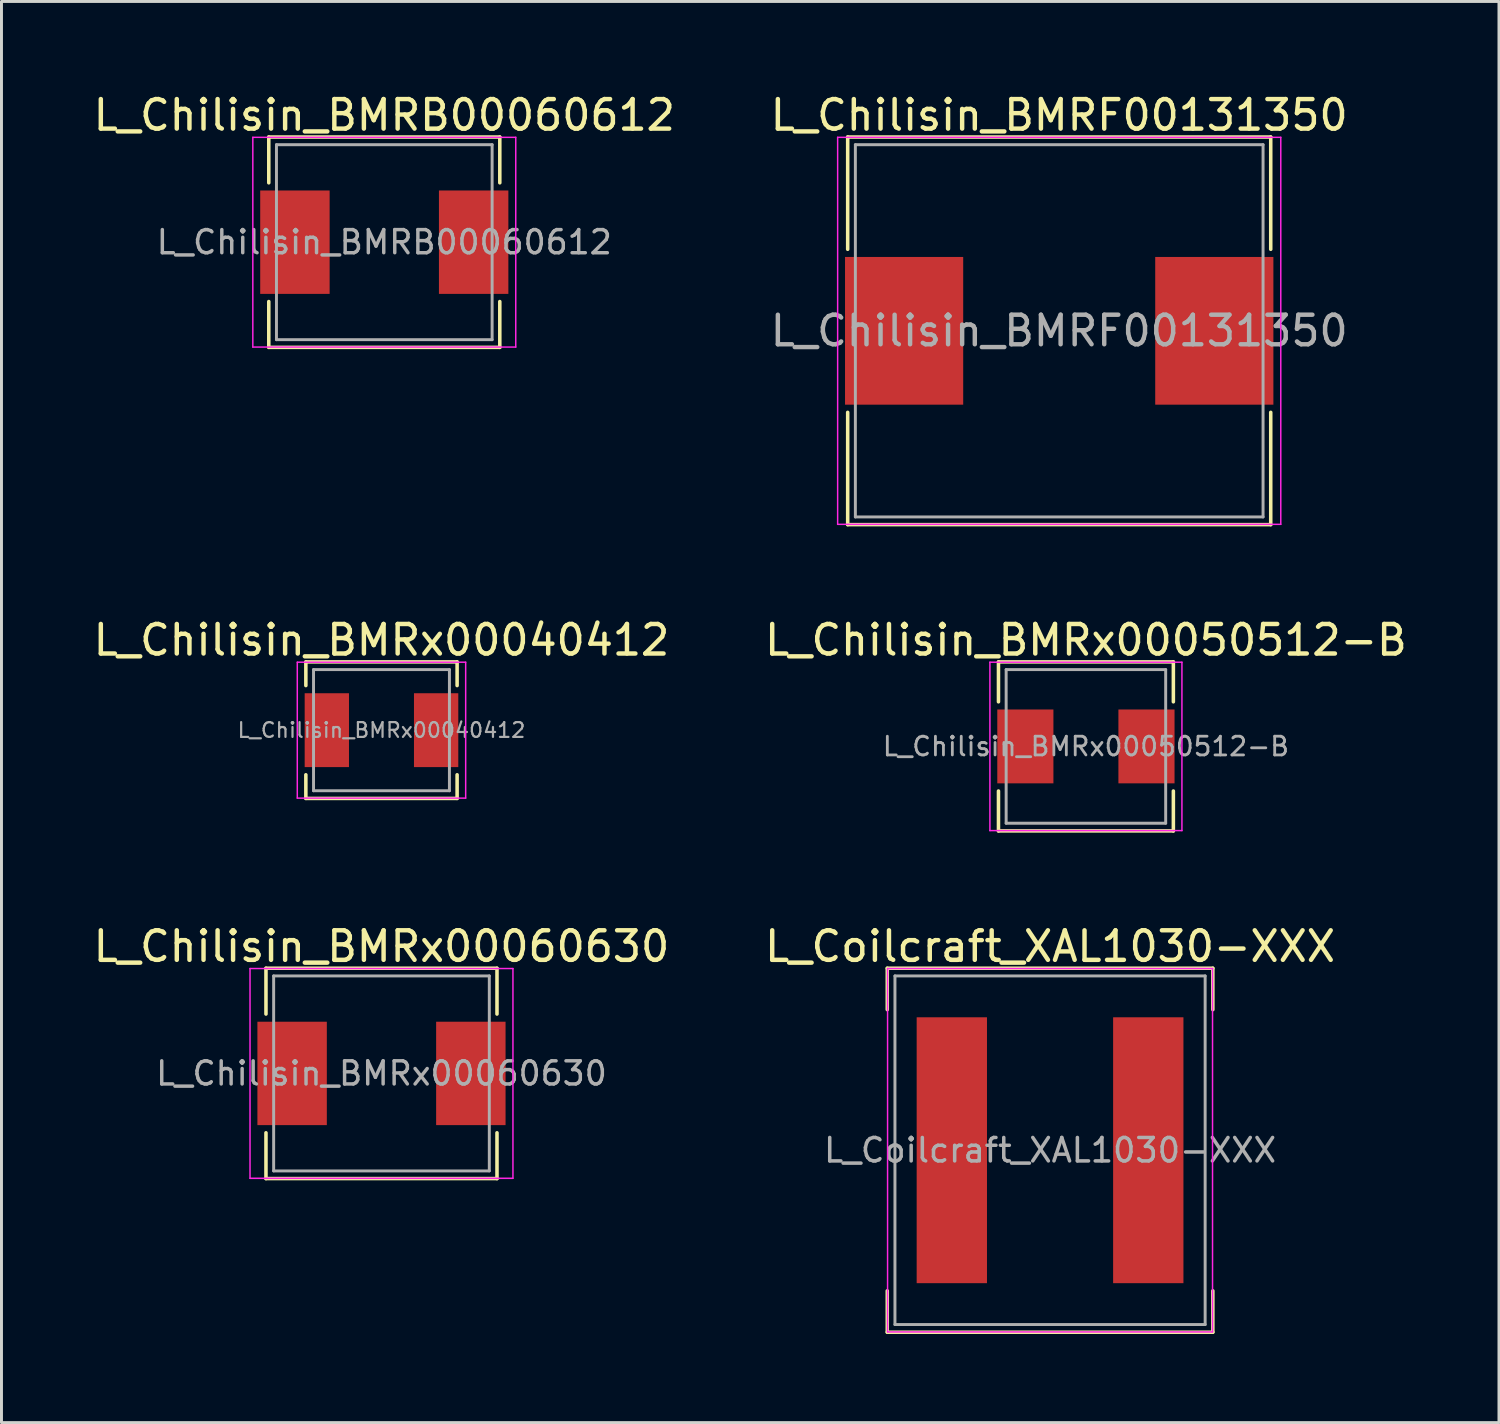
<source format=kicad_pcb>
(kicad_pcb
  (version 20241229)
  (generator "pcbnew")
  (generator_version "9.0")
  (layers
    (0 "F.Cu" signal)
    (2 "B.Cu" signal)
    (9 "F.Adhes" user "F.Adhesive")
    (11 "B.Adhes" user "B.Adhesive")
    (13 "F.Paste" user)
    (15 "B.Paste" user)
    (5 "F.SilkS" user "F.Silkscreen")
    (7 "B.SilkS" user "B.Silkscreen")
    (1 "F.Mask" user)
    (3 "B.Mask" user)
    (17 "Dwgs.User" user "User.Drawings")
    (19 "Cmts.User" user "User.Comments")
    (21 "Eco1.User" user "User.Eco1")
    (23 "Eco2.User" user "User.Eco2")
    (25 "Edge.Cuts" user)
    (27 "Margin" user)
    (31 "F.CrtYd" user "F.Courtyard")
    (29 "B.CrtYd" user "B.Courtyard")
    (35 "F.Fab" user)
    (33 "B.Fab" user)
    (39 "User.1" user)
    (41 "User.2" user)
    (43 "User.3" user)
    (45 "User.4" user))
  (footprint "L_Coilcraft_XAL1030-XXX"
    (layer "F.Cu")
    (at 32.494 35.885)
    (property "Reference" "L_Coilcraft_XAL1030-XXX" (at 0 -6.9 0) (layer "F.SilkS") (effects (font (size 1 1) (thickness 0.15))))
    (attr smd)
    (fp_line (start -5.51 -6.16) (end -5.51 -4.76) (stroke (width 0.12) (type solid)) (layer "F.SilkS"))
    (fp_line (start -5.51 -6.16) (end 5.51 -6.16) (stroke (width 0.12) (type solid)) (layer "F.SilkS"))
    (fp_line (start -5.51 6.16) (end -5.51 4.76) (stroke (width 0.12) (type solid)) (layer "F.SilkS"))
    (fp_line (start -5.51 6.16) (end 5.51 6.16) (stroke (width 0.12) (type solid)) (layer "F.SilkS"))
    (fp_line (start 5.51 -6.16) (end 5.51 -4.76) (stroke (width 0.12) (type solid)) (layer "F.SilkS"))
    (fp_line (start 5.51 6.16) (end 5.51 4.76) (stroke (width 0.12) (type solid)) (layer "F.SilkS"))
    (fp_line (start -5.5 -6.15) (end -5.5 6.15) (stroke (width 0.05) (type solid)) (layer "F.CrtYd"))
    (fp_line (start -5.5 6.15) (end 5.5 6.15) (stroke (width 0.05) (type solid)) (layer "F.CrtYd"))
    (fp_line (start 5.5 -6.15) (end -5.5 -6.15) (stroke (width 0.05) (type solid)) (layer "F.CrtYd"))
    (fp_line (start 5.5 6.15) (end 5.5 -6.15) (stroke (width 0.05) (type solid)) (layer "F.CrtYd"))
    (fp_line (start -5.25 -5.9) (end -5.25 5.9) (stroke (width 0.1) (type solid)) (layer "F.Fab"))
    (fp_line (start -5.25 5.9) (end 5.25 5.9) (stroke (width 0.1) (type solid)) (layer "F.Fab"))
    (fp_line (start 5.25 -5.9) (end -5.25 -5.9) (stroke (width 0.1) (type solid)) (layer "F.Fab"))
    (fp_line (start 5.25 5.9) (end 5.25 -5.9) (stroke (width 0.1) (type solid)) (layer "F.Fab"))
    (fp_text user "${REFERENCE}" (at 0 0 0) (layer "F.Fab") (effects (font (size 0.793 0.793) (thickness 0.119))))
    (pad "1" smd rect (at -3.325 0) (size 2.38 9) (layers "F.Cu" "F.Mask" "F.Paste"))
    (pad "2" smd rect (at 3.325 0) (size 2.38 9) (layers "F.Cu" "F.Mask" "F.Paste")))
  (footprint "L_Chilisin_BMRF00131350"
    (layer "F.Cu")
    (at 32.804 8.148)
    (property "Reference" "L_Chilisin_BMRF00131350" (at 0 -7.3 0) (layer "F.SilkS") (effects (font (size 1 1) (thickness 0.15))))
    (attr smd)
    (fp_line (start -7.16 -6.56) (end -7.16 -2.76) (stroke (width 0.12) (type solid)) (layer "F.SilkS"))
    (fp_line (start -7.16 -6.56) (end 7.16 -6.56) (stroke (width 0.12) (type solid)) (layer "F.SilkS"))
    (fp_line (start -7.16 6.56) (end -7.16 2.76) (stroke (width 0.12) (type solid)) (layer "F.SilkS"))
    (fp_line (start -7.16 6.56) (end 7.16 6.56) (stroke (width 0.12) (type solid)) (layer "F.SilkS"))
    (fp_line (start 7.16 -6.56) (end 7.16 -2.76) (stroke (width 0.12) (type solid)) (layer "F.SilkS"))
    (fp_line (start 7.16 6.56) (end 7.16 2.76) (stroke (width 0.12) (type solid)) (layer "F.SilkS"))
    (fp_line (start -7.5 -6.55) (end -7.5 6.55) (stroke (width 0.05) (type solid)) (layer "F.CrtYd"))
    (fp_line (start -7.5 6.55) (end 7.5 6.55) (stroke (width 0.05) (type solid)) (layer "F.CrtYd"))
    (fp_line (start 7.5 -6.55) (end -7.5 -6.55) (stroke (width 0.05) (type solid)) (layer "F.CrtYd"))
    (fp_line (start 7.5 6.55) (end 7.5 -6.55) (stroke (width 0.05) (type solid)) (layer "F.CrtYd"))
    (fp_line (start -6.9 -6.3) (end -6.9 6.3) (stroke (width 0.1) (type solid)) (layer "F.Fab"))
    (fp_line (start -6.9 6.3) (end 6.9 6.3) (stroke (width 0.1) (type solid)) (layer "F.Fab"))
    (fp_line (start 6.9 -6.3) (end -6.9 -6.3) (stroke (width 0.1) (type solid)) (layer "F.Fab"))
    (fp_line (start 6.9 6.3) (end 6.9 -6.3) (stroke (width 0.1) (type solid)) (layer "F.Fab"))
    (fp_text user "${REFERENCE}" (at 0 0 0) (layer "F.Fab") (effects (font (size 1 1) (thickness 0.15))))
    (pad "1" smd rect (at -5.25 0) (size 4 5) (layers "F.Cu" "F.Mask" "F.Paste"))
    (pad "2" smd rect (at 5.25 0) (size 4 5) (layers "F.Cu" "F.Mask" "F.Paste")))
  (footprint "L_Chilisin_BMRx00050512-B"
    (layer "F.Cu")
    (at 33.708 22.216)
    (property "Reference" "L_Chilisin_BMRx00050512-B" (at 0 -3.6 0) (layer "F.SilkS") (effects (font (size 1 1) (thickness 0.15))))
    (attr smd)
    (fp_line (start -2.96 -2.86) (end -2.96 -1.51) (stroke (width 0.12) (type solid)) (layer "F.SilkS"))
    (fp_line (start -2.96 -2.86) (end 2.96 -2.86) (stroke (width 0.12) (type solid)) (layer "F.SilkS"))
    (fp_line (start -2.96 2.86) (end -2.96 1.51) (stroke (width 0.12) (type solid)) (layer "F.SilkS"))
    (fp_line (start -2.96 2.86) (end 2.96 2.86) (stroke (width 0.12) (type solid)) (layer "F.SilkS"))
    (fp_line (start 2.96 -2.86) (end 2.96 -1.51) (stroke (width 0.12) (type solid)) (layer "F.SilkS"))
    (fp_line (start 2.96 2.86) (end 2.96 1.51) (stroke (width 0.12) (type solid)) (layer "F.SilkS"))
    (fp_line (start -3.25 -2.85) (end -3.25 2.85) (stroke (width 0.05) (type solid)) (layer "F.CrtYd"))
    (fp_line (start -3.25 2.85) (end 3.25 2.85) (stroke (width 0.05) (type solid)) (layer "F.CrtYd"))
    (fp_line (start 3.25 -2.85) (end -3.25 -2.85) (stroke (width 0.05) (type solid)) (layer "F.CrtYd"))
    (fp_line (start 3.25 2.85) (end 3.25 -2.85) (stroke (width 0.05) (type solid)) (layer "F.CrtYd"))
    (fp_line (start -2.7 -2.6) (end -2.7 2.6) (stroke (width 0.1) (type solid)) (layer "F.Fab"))
    (fp_line (start -2.7 2.6) (end 2.7 2.6) (stroke (width 0.1) (type solid)) (layer "F.Fab"))
    (fp_line (start 2.7 -2.6) (end -2.7 -2.6) (stroke (width 0.1) (type solid)) (layer "F.Fab"))
    (fp_line (start 2.7 2.6) (end 2.7 -2.6) (stroke (width 0.1) (type solid)) (layer "F.Fab"))
    (fp_text user "${REFERENCE}" (at 0 0 0) (layer "F.Fab") (effects (font (size 0.633 0.633) (thickness 0.095))))
    (pad "1" smd rect (at -2.05 0) (size 1.9 2.5) (layers "F.Cu" "F.Mask" "F.Paste"))
    (pad "2" smd rect (at 2.05 0) (size 1.9 2.5) (layers "F.Cu" "F.Mask" "F.Paste")))
  (footprint "L_Chilisin_BMRx00060630"
    (layer "F.Cu")
    (at 9.863 33.285)
    (property "Reference" "L_Chilisin_BMRx00060630" (at 0 -4.3 0) (layer "F.SilkS") (effects (font (size 1 1) (thickness 0.15))))
    (attr smd)
    (fp_line (start -3.91 -3.56) (end -3.91 -2.01) (stroke (width 0.12) (type solid)) (layer "F.SilkS"))
    (fp_line (start -3.91 -3.56) (end 3.91 -3.56) (stroke (width 0.12) (type solid)) (layer "F.SilkS"))
    (fp_line (start -3.91 3.56) (end -3.91 2.01) (stroke (width 0.12) (type solid)) (layer "F.SilkS"))
    (fp_line (start -3.91 3.56) (end 3.91 3.56) (stroke (width 0.12) (type solid)) (layer "F.SilkS"))
    (fp_line (start 3.91 -3.56) (end 3.91 -2.01) (stroke (width 0.12) (type solid)) (layer "F.SilkS"))
    (fp_line (start 3.91 3.56) (end 3.91 2.01) (stroke (width 0.12) (type solid)) (layer "F.SilkS"))
    (fp_line (start -4.45 -3.55) (end -4.45 3.55) (stroke (width 0.05) (type solid)) (layer "F.CrtYd"))
    (fp_line (start -4.45 3.55) (end 4.45 3.55) (stroke (width 0.05) (type solid)) (layer "F.CrtYd"))
    (fp_line (start 4.45 -3.55) (end -4.45 -3.55) (stroke (width 0.05) (type solid)) (layer "F.CrtYd"))
    (fp_line (start 4.45 3.55) (end 4.45 -3.55) (stroke (width 0.05) (type solid)) (layer "F.CrtYd"))
    (fp_line (start -3.65 -3.3) (end -3.65 3.3) (stroke (width 0.1) (type solid)) (layer "F.Fab"))
    (fp_line (start -3.65 3.3) (end 3.65 3.3) (stroke (width 0.1) (type solid)) (layer "F.Fab"))
    (fp_line (start 3.65 -3.3) (end -3.65 -3.3) (stroke (width 0.1) (type solid)) (layer "F.Fab"))
    (fp_line (start 3.65 3.3) (end 3.65 -3.3) (stroke (width 0.1) (type solid)) (layer "F.Fab"))
    (fp_text user "${REFERENCE}" (at 0 0 0) (layer "F.Fab") (effects (font (size 0.783 0.783) (thickness 0.117))))
    (pad "1" smd rect (at -3.025 0) (size 2.35 3.5) (layers "F.Cu" "F.Mask" "F.Paste"))
    (pad "2" smd rect (at 3.025 0) (size 2.35 3.5) (layers "F.Cu" "F.Mask" "F.Paste")))
  (footprint "L_Chilisin_BMRx00040412"
    (layer "F.Cu")
    (at 9.863 21.666)
    (property "Reference" "L_Chilisin_BMRx00040412" (at 0 -3.05 0) (layer "F.SilkS") (effects (font (size 1 1) (thickness 0.15))))
    (attr smd)
    (fp_line (start -2.56 -2.31) (end -2.56 -1.51) (stroke (width 0.12) (type solid)) (layer "F.SilkS"))
    (fp_line (start -2.56 -2.31) (end 2.56 -2.31) (stroke (width 0.12) (type solid)) (layer "F.SilkS"))
    (fp_line (start -2.56 2.31) (end -2.56 1.51) (stroke (width 0.12) (type solid)) (layer "F.SilkS"))
    (fp_line (start -2.56 2.31) (end 2.56 2.31) (stroke (width 0.12) (type solid)) (layer "F.SilkS"))
    (fp_line (start 2.56 -2.31) (end 2.56 -1.51) (stroke (width 0.12) (type solid)) (layer "F.SilkS"))
    (fp_line (start 2.56 2.31) (end 2.56 1.51) (stroke (width 0.12) (type solid)) (layer "F.SilkS"))
    (fp_line (start -2.85 -2.3) (end -2.85 2.3) (stroke (width 0.05) (type solid)) (layer "F.CrtYd"))
    (fp_line (start -2.85 2.3) (end 2.85 2.3) (stroke (width 0.05) (type solid)) (layer "F.CrtYd"))
    (fp_line (start 2.85 -2.3) (end -2.85 -2.3) (stroke (width 0.05) (type solid)) (layer "F.CrtYd"))
    (fp_line (start 2.85 2.3) (end 2.85 -2.3) (stroke (width 0.05) (type solid)) (layer "F.CrtYd"))
    (fp_line (start -2.3 -2.05) (end -2.3 2.05) (stroke (width 0.1) (type solid)) (layer "F.Fab"))
    (fp_line (start -2.3 2.05) (end 2.3 2.05) (stroke (width 0.1) (type solid)) (layer "F.Fab"))
    (fp_line (start 2.3 -2.05) (end -2.3 -2.05) (stroke (width 0.1) (type solid)) (layer "F.Fab"))
    (fp_line (start 2.3 2.05) (end 2.3 -2.05) (stroke (width 0.1) (type solid)) (layer "F.Fab"))
    (fp_text user "${REFERENCE}" (at 0 0 0) (layer "F.Fab") (effects (font (size 0.5 0.5) (thickness 0.075))))
    (pad "1" smd rect (at -1.85 0) (size 1.5 2.5) (layers "F.Cu" "F.Mask" "F.Paste"))
    (pad "2" smd rect (at 1.85 0) (size 1.5 2.5) (layers "F.Cu" "F.Mask" "F.Paste")))
  (footprint "L_Chilisin_BMRB00060612"
    (layer "F.Cu")
    (at 9.958 5.148)
    (property "Reference" "L_Chilisin_BMRB00060612" (at 0 -4.3 0) (layer "F.SilkS") (effects (font (size 1 1) (thickness 0.15))))
    (attr smd)
    (fp_line (start -3.91 -3.56) (end -3.91 -2.01) (stroke (width 0.12) (type solid)) (layer "F.SilkS"))
    (fp_line (start -3.91 -3.56) (end 3.91 -3.56) (stroke (width 0.12) (type solid)) (layer "F.SilkS"))
    (fp_line (start -3.91 3.56) (end -3.91 2.01) (stroke (width 0.12) (type solid)) (layer "F.SilkS"))
    (fp_line (start -3.91 3.56) (end 3.91 3.56) (stroke (width 0.12) (type solid)) (layer "F.SilkS"))
    (fp_line (start 3.91 -3.56) (end 3.91 -2.01) (stroke (width 0.12) (type solid)) (layer "F.SilkS"))
    (fp_line (start 3.91 3.56) (end 3.91 2.01) (stroke (width 0.12) (type solid)) (layer "F.SilkS"))
    (fp_line (start -4.45 -3.55) (end -4.45 3.55) (stroke (width 0.05) (type solid)) (layer "F.CrtYd"))
    (fp_line (start -4.45 3.55) (end 4.45 3.55) (stroke (width 0.05) (type solid)) (layer "F.CrtYd"))
    (fp_line (start 4.45 -3.55) (end -4.45 -3.55) (stroke (width 0.05) (type solid)) (layer "F.CrtYd"))
    (fp_line (start 4.45 3.55) (end 4.45 -3.55) (stroke (width 0.05) (type solid)) (layer "F.CrtYd"))
    (fp_line (start -3.65 -3.3) (end -3.65 3.3) (stroke (width 0.1) (type solid)) (layer "F.Fab"))
    (fp_line (start -3.65 3.3) (end 3.65 3.3) (stroke (width 0.1) (type solid)) (layer "F.Fab"))
    (fp_line (start 3.65 -3.3) (end -3.65 -3.3) (stroke (width 0.1) (type solid)) (layer "F.Fab"))
    (fp_line (start 3.65 3.3) (end 3.65 -3.3) (stroke (width 0.1) (type solid)) (layer "F.Fab"))
    (fp_text user "${REFERENCE}" (at 0 0 0) (layer "F.Fab") (effects (font (size 0.783 0.783) (thickness 0.117))))
    (pad "1" smd rect (at -3.025 0) (size 2.35 3.5) (layers "F.Cu" "F.Mask" "F.Paste"))
    (pad "2" smd rect (at 3.025 0) (size 2.35 3.5) (layers "F.Cu" "F.Mask" "F.Paste")))
  (gr_rect
    (start -3 -3)
    (end 47.69 45.105)
    (stroke (width 0.1) (type default))
    (fill no)
    (layer "Edge.Cuts")))
</source>
